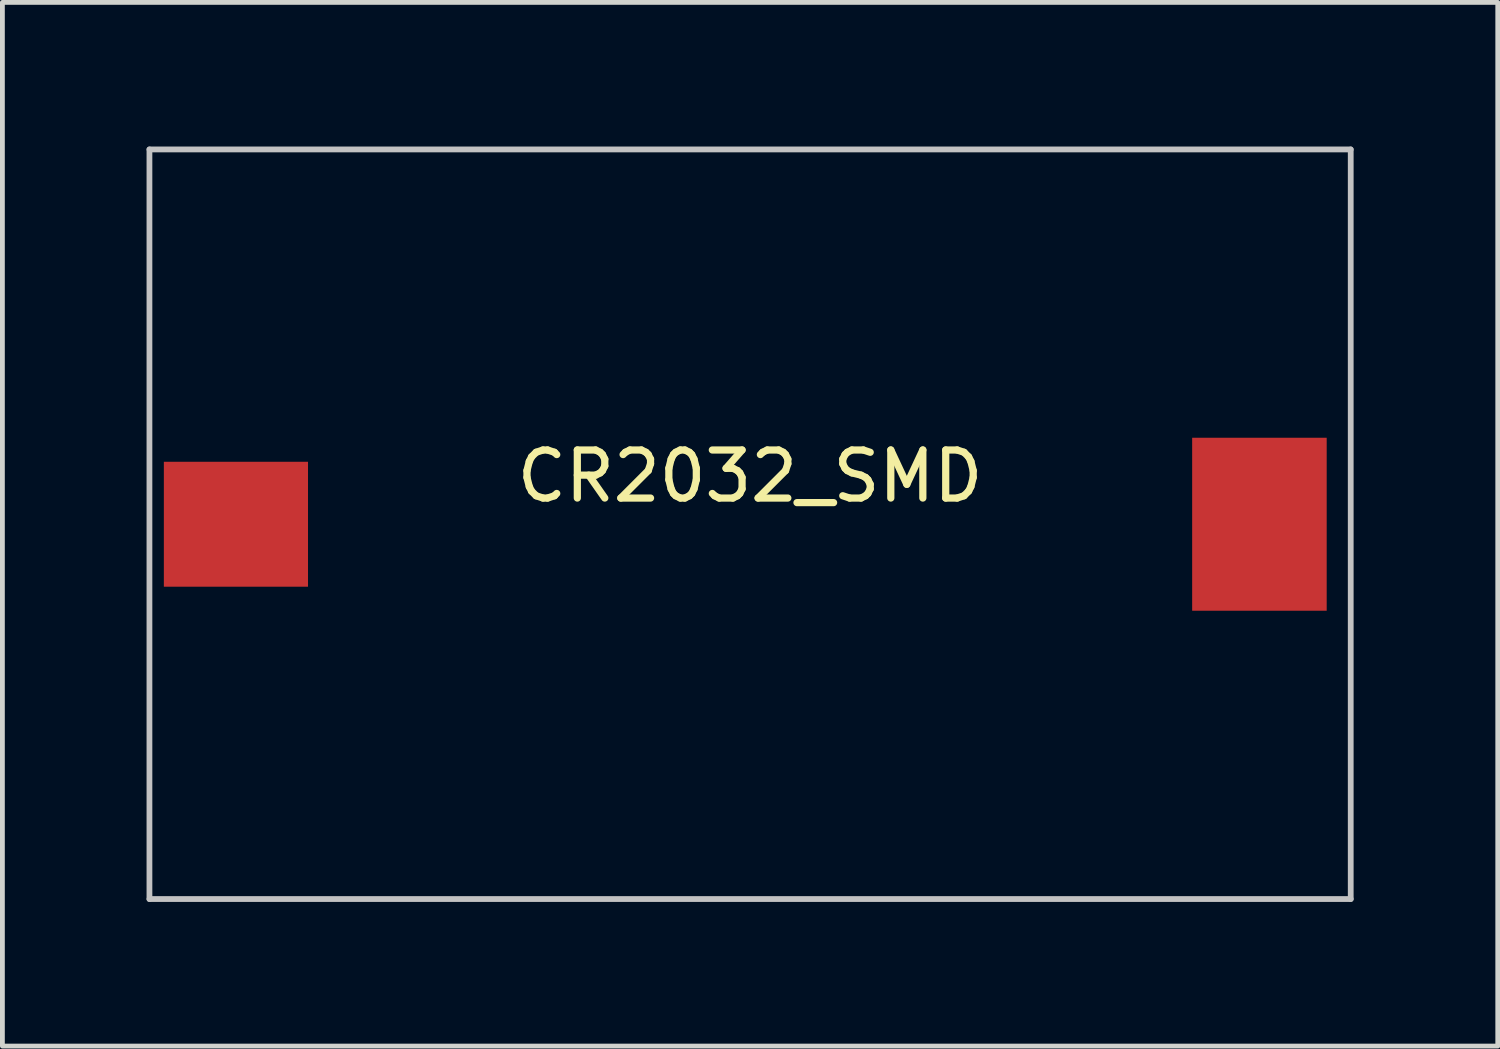
<source format=kicad_pcb>
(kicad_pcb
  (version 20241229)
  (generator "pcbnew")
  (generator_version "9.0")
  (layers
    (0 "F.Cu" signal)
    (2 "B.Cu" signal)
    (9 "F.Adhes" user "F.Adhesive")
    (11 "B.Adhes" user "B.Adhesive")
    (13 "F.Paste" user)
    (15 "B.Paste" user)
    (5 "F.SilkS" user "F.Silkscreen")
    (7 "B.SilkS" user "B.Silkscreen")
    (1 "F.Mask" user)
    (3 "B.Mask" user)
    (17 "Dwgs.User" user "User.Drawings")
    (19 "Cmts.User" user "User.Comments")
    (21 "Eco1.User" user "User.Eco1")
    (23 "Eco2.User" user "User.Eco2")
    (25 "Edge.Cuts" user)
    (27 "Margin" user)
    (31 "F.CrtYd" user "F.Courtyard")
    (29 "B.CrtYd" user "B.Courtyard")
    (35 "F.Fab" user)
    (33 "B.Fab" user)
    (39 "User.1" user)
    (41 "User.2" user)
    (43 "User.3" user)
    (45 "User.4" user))
  (footprint "CR2032_SMD"
    (layer "F.Cu")
    (at 12.56 7.86)
    (property "Reference" "CR2032_SMD" (at 0 -1 0) (layer "F.SilkS") (effects (font (size 1 1) (thickness 0.15))))
    (attr through_hole)
    (fp_line (start -12.5 -7.8) (end -12.5 7.8) (stroke (width 0.12) (type solid)) (layer "Dwgs.User"))
    (fp_line (start -12.5 7.8) (end 12.5 7.8) (stroke (width 0.12) (type solid)) (layer "Dwgs.User"))
    (fp_line (start 12.5 -7.8) (end -12.5 -7.8) (stroke (width 0.12) (type solid)) (layer "Dwgs.User"))
    (fp_line (start 12.5 7.8) (end 12.5 -7.8) (stroke (width 0.12) (type solid)) (layer "Dwgs.User"))
    (pad "1" smd rect (at 10.6 0) (size 2.8 3.6) (layers "F.Cu" "F.Mask" "F.Paste"))
    (pad "2" smd rect (at -10.7 0) (size 3 2.6) (layers "F.Cu" "F.Mask" "F.Paste")))
  (gr_rect
    (start -3 -3)
    (end 28.12 18.72)
    (stroke (width 0.1) (type default))
    (fill no)
    (layer "Edge.Cuts")))
</source>
